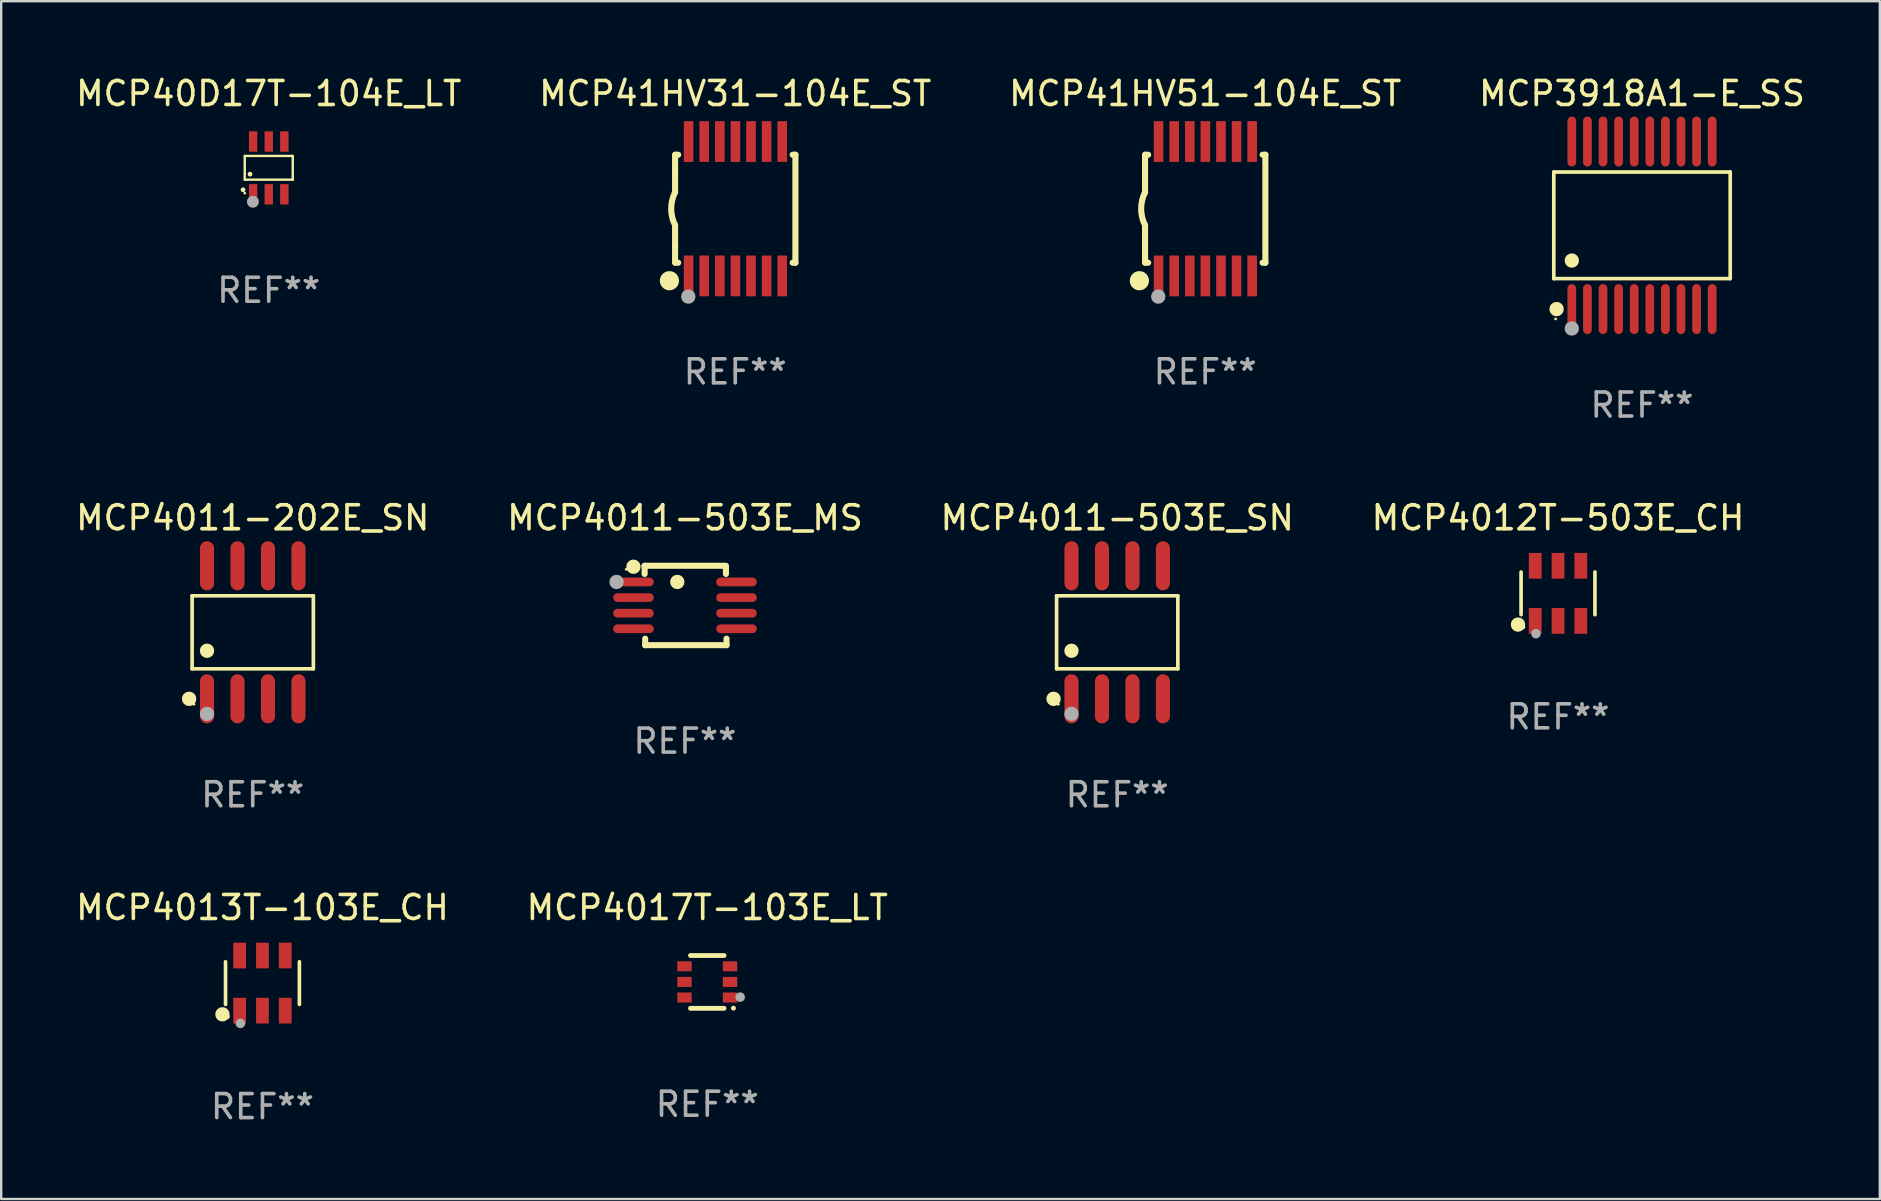
<source format=kicad_pcb>
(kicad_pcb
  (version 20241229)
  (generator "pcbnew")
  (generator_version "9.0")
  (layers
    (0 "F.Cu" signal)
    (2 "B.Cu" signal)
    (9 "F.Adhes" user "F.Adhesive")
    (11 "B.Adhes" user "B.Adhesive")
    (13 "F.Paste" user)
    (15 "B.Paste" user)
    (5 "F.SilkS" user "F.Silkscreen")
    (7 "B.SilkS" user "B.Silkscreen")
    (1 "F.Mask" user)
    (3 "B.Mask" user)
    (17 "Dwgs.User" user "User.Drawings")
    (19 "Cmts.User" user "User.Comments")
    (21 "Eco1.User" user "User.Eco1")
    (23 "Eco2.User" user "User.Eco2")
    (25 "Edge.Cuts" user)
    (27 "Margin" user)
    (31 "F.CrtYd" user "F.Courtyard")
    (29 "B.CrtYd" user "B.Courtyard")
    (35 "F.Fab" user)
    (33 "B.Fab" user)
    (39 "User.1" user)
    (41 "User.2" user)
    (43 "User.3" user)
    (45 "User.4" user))
  (footprint "MCP4011-202E_SN"
    (layer "F.Cu")
    (at 7.482 23.299)
    (property "Reference" "MCP4011-202E_SN" (at 0 -4.772 0) (layer "F.SilkS") (effects (font (size 1 1) (thickness 0.15))))
    (attr through_hole)
    (fp_line (start -2.526 -1.521) (end 2.526 -1.521) (stroke (width 0.152) (type solid)) (layer "F.SilkS"))
    (fp_line (start -2.526 1.521) (end -2.526 -1.521) (stroke (width 0.152) (type solid)) (layer "F.SilkS"))
    (fp_line (start 2.526 -1.521) (end 2.526 1.521) (stroke (width 0.152) (type solid)) (layer "F.SilkS"))
    (fp_line (start 2.526 1.521) (end -2.526 1.521) (stroke (width 0.152) (type solid)) (layer "F.SilkS"))
    (fp_circle (center -2.652 2.772) (end -2.501 2.772) (stroke (width 0.3) (type solid)) (fill no) (layer "F.SilkS"))
    (fp_circle (center -2.45 3) (end -2.42 3) (stroke (width 0.06) (type solid)) (fill no) (layer "F.SilkS"))
    (fp_circle (center -1.905 0.769) (end -1.755 0.769) (stroke (width 0.3) (type solid)) (fill no) (layer "F.SilkS"))
    (fp_circle (center -1.905 3.4) (end -1.755 3.4) (stroke (width 0.3) (type solid)) (fill no) (layer "F.Fab"))
    (fp_text user "REF**" (at 0 6.772 0) (layer "F.Fab") (effects (font (size 1 1) (thickness 0.15))))
    (pad "1" smd oval (at -1.905 2.772) (size 0.588 2.045) (layers "F.Cu" "F.Mask" "F.Paste"))
    (pad "2" smd oval (at -0.635 2.772) (size 0.588 2.045) (layers "F.Cu" "F.Mask" "F.Paste"))
    (pad "3" smd oval (at 0.635 2.772) (size 0.588 2.045) (layers "F.Cu" "F.Mask" "F.Paste"))
    (pad "4" smd oval (at 1.905 2.772) (size 0.588 2.045) (layers "F.Cu" "F.Mask" "F.Paste"))
    (pad "5" smd oval (at 1.905 -2.772) (size 0.588 2.045) (layers "F.Cu" "F.Mask" "F.Paste"))
    (pad "6" smd oval (at 0.635 -2.772) (size 0.588 2.045) (layers "F.Cu" "F.Mask" "F.Paste"))
    (pad "7" smd oval (at -0.635 -2.772) (size 0.588 2.045) (layers "F.Cu" "F.Mask" "F.Paste"))
    (pad "8" smd oval (at -1.905 -2.772) (size 0.588 2.045) (layers "F.Cu" "F.Mask" "F.Paste")))
  (footprint "MCP41HV51-104E_ST"
    (layer "F.Cu")
    (at 47.173 5.648)
    (property "Reference" "MCP41HV51-104E_ST" (at 0 -4.8 0) (layer "F.SilkS") (effects (font (size 1 1) (thickness 0.15))))
    (attr through_hole)
    (fp_line (start -2.507 -1.6) (end -2.507 -2.25) (stroke (width 0.254) (type solid)) (layer "F.SilkS"))
    (fp_line (start -2.507 -0.686) (end -2.507 -1.6) (stroke (width 0.254) (type solid)) (layer "F.SilkS"))
    (fp_line (start -2.507 1.6) (end -2.507 0.686) (stroke (width 0.254) (type solid)) (layer "F.SilkS"))
    (fp_line (start -2.507 1.6) (end -2.507 2.25) (stroke (width 0.254) (type solid)) (layer "F.SilkS"))
    (fp_line (start -2.493 -2.25) (end -2.377 -2.25) (stroke (width 0.254) (type solid)) (layer "F.SilkS"))
    (fp_line (start -2.377 2.25) (end -2.493 2.25) (stroke (width 0.254) (type solid)) (layer "F.SilkS"))
    (fp_line (start 2.392 -2.25) (end 2.507 -2.25) (stroke (width 0.254) (type solid)) (layer "F.SilkS"))
    (fp_line (start 2.507 -2.25) (end 2.507 2.25) (stroke (width 0.254) (type solid)) (layer "F.SilkS"))
    (fp_line (start 2.507 2.25) (end 2.392 2.25) (stroke (width 0.254) (type solid)) (layer "F.SilkS"))
    (fp_arc (start -2.507303 0.685802) (mid -2.669199 0) (end -2.507303 -0.685801) (stroke (width 0.254001) (type solid)) (layer "F.SilkS"))
    (fp_circle (center -2.743 3) (end -2.543 3) (stroke (width 0.4) (type solid)) (fill no) (layer "F.SilkS"))
    (fp_circle (center -2.493 3.2) (end -2.463 3.2) (stroke (width 0.06) (type solid)) (fill no) (layer "F.SilkS"))
    (fp_circle (center -1.957 3.662) (end -1.807 3.662) (stroke (width 0.3) (type solid)) (fill no) (layer "F.Fab"))
    (fp_text user "REF**" (at 0 6.8 0) (layer "F.Fab") (effects (font (size 1 1) (thickness 0.15))))
    (pad "1" smd rect (at -1.943 2.8) (size 0.4 1.7) (layers "F.Cu" "F.Mask" "F.Paste"))
    (pad "2" smd rect (at -1.293 2.8) (size 0.4 1.7) (layers "F.Cu" "F.Mask" "F.Paste"))
    (pad "3" smd rect (at -0.643 2.8) (size 0.4 1.7) (layers "F.Cu" "F.Mask" "F.Paste"))
    (pad "4" smd rect (at 0.007 2.8) (size 0.4 1.7) (layers "F.Cu" "F.Mask" "F.Paste"))
    (pad "5" smd rect (at 0.657 2.8) (size 0.4 1.7) (layers "F.Cu" "F.Mask" "F.Paste"))
    (pad "6" smd rect (at 1.307 2.8) (size 0.4 1.7) (layers "F.Cu" "F.Mask" "F.Paste"))
    (pad "7" smd rect (at 1.957 2.8) (size 0.4 1.7) (layers "F.Cu" "F.Mask" "F.Paste"))
    (pad "8" smd rect (at 1.957 -2.8) (size 0.4 1.7) (layers "F.Cu" "F.Mask" "F.Paste"))
    (pad "9" smd rect (at 1.307 -2.8) (size 0.4 1.7) (layers "F.Cu" "F.Mask" "F.Paste"))
    (pad "10" smd rect (at 0.657 -2.8) (size 0.4 1.7) (layers "F.Cu" "F.Mask" "F.Paste"))
    (pad "11" smd rect (at 0.007 -2.8) (size 0.4 1.7) (layers "F.Cu" "F.Mask" "F.Paste"))
    (pad "12" smd rect (at -0.643 -2.8) (size 0.4 1.7) (layers "F.Cu" "F.Mask" "F.Paste"))
    (pad "13" smd rect (at -1.293 -2.8) (size 0.4 1.7) (layers "F.Cu" "F.Mask" "F.Paste"))
    (pad "14" smd rect (at -1.943 -2.8) (size 0.4 1.7) (layers "F.Cu" "F.Mask" "F.Paste")))
  (footprint "MCP41HV31-104E_ST"
    (layer "F.Cu")
    (at 27.589 5.648)
    (property "Reference" "MCP41HV31-104E_ST" (at 0 -4.8 0) (layer "F.SilkS") (effects (font (size 1 1) (thickness 0.15))))
    (attr through_hole)
    (fp_line (start -2.507 -1.6) (end -2.507 -2.25) (stroke (width 0.254) (type solid)) (layer "F.SilkS"))
    (fp_line (start -2.507 -0.686) (end -2.507 -1.6) (stroke (width 0.254) (type solid)) (layer "F.SilkS"))
    (fp_line (start -2.507 1.6) (end -2.507 0.686) (stroke (width 0.254) (type solid)) (layer "F.SilkS"))
    (fp_line (start -2.507 1.6) (end -2.507 2.25) (stroke (width 0.254) (type solid)) (layer "F.SilkS"))
    (fp_line (start -2.493 -2.25) (end -2.377 -2.25) (stroke (width 0.254) (type solid)) (layer "F.SilkS"))
    (fp_line (start -2.377 2.25) (end -2.493 2.25) (stroke (width 0.254) (type solid)) (layer "F.SilkS"))
    (fp_line (start 2.392 -2.25) (end 2.507 -2.25) (stroke (width 0.254) (type solid)) (layer "F.SilkS"))
    (fp_line (start 2.507 -2.25) (end 2.507 2.25) (stroke (width 0.254) (type solid)) (layer "F.SilkS"))
    (fp_line (start 2.507 2.25) (end 2.392 2.25) (stroke (width 0.254) (type solid)) (layer "F.SilkS"))
    (fp_arc (start -2.507303 0.685802) (mid -2.669199 0) (end -2.507303 -0.685801) (stroke (width 0.254001) (type solid)) (layer "F.SilkS"))
    (fp_circle (center -2.743 3) (end -2.543 3) (stroke (width 0.4) (type solid)) (fill no) (layer "F.SilkS"))
    (fp_circle (center -2.493 3.2) (end -2.463 3.2) (stroke (width 0.06) (type solid)) (fill no) (layer "F.SilkS"))
    (fp_circle (center -1.957 3.662) (end -1.807 3.662) (stroke (width 0.3) (type solid)) (fill no) (layer "F.Fab"))
    (fp_text user "REF**" (at 0 6.8 0) (layer "F.Fab") (effects (font (size 1 1) (thickness 0.15))))
    (pad "1" smd rect (at -1.943 2.8) (size 0.4 1.7) (layers "F.Cu" "F.Mask" "F.Paste"))
    (pad "2" smd rect (at -1.293 2.8) (size 0.4 1.7) (layers "F.Cu" "F.Mask" "F.Paste"))
    (pad "3" smd rect (at -0.643 2.8) (size 0.4 1.7) (layers "F.Cu" "F.Mask" "F.Paste"))
    (pad "4" smd rect (at 0.007 2.8) (size 0.4 1.7) (layers "F.Cu" "F.Mask" "F.Paste"))
    (pad "5" smd rect (at 0.657 2.8) (size 0.4 1.7) (layers "F.Cu" "F.Mask" "F.Paste"))
    (pad "6" smd rect (at 1.307 2.8) (size 0.4 1.7) (layers "F.Cu" "F.Mask" "F.Paste"))
    (pad "7" smd rect (at 1.957 2.8) (size 0.4 1.7) (layers "F.Cu" "F.Mask" "F.Paste"))
    (pad "8" smd rect (at 1.957 -2.8) (size 0.4 1.7) (layers "F.Cu" "F.Mask" "F.Paste"))
    (pad "9" smd rect (at 1.307 -2.8) (size 0.4 1.7) (layers "F.Cu" "F.Mask" "F.Paste"))
    (pad "10" smd rect (at 0.657 -2.8) (size 0.4 1.7) (layers "F.Cu" "F.Mask" "F.Paste"))
    (pad "11" smd rect (at 0.007 -2.8) (size 0.4 1.7) (layers "F.Cu" "F.Mask" "F.Paste"))
    (pad "12" smd rect (at -0.643 -2.8) (size 0.4 1.7) (layers "F.Cu" "F.Mask" "F.Paste"))
    (pad "13" smd rect (at -1.293 -2.8) (size 0.4 1.7) (layers "F.Cu" "F.Mask" "F.Paste"))
    (pad "14" smd rect (at -1.943 -2.8) (size 0.4 1.7) (layers "F.Cu" "F.Mask" "F.Paste")))
  (footprint "MCP3918A1-E_SS"
    (layer "F.Cu")
    (at 65.375 6.339)
    (property "Reference" "MCP3918A1-E_SS" (at 0 -5.491 0) (layer "F.SilkS") (effects (font (size 1 1) (thickness 0.15))))
    (attr through_hole)
    (fp_line (start -3.676 -2.221) (end 3.676 -2.221) (stroke (width 0.152) (type solid)) (layer "F.SilkS"))
    (fp_line (start -3.676 2.221) (end -3.676 -2.221) (stroke (width 0.152) (type solid)) (layer "F.SilkS"))
    (fp_line (start 3.676 -2.221) (end 3.676 2.221) (stroke (width 0.152) (type solid)) (layer "F.SilkS"))
    (fp_line (start 3.676 2.221) (end -3.676 2.221) (stroke (width 0.152) (type solid)) (layer "F.SilkS"))
    (fp_circle (center -3.6 3.9) (end -3.57 3.9) (stroke (width 0.06) (type solid)) (fill no) (layer "F.SilkS"))
    (fp_circle (center -3.559 3.491) (end -3.409 3.491) (stroke (width 0.3) (type solid)) (fill no) (layer "F.SilkS"))
    (fp_circle (center -2.925 1.469) (end -2.775 1.469) (stroke (width 0.3) (type solid)) (fill no) (layer "F.SilkS"))
    (fp_circle (center -2.925 4.3) (end -2.775 4.3) (stroke (width 0.3) (type solid)) (fill no) (layer "F.Fab"))
    (fp_text user "REF**" (at 0 7.491 0) (layer "F.Fab") (effects (font (size 1 1) (thickness 0.15))))
    (pad "1" smd oval (at -2.925 3.491) (size 0.364 2.082) (layers "F.Cu" "F.Mask" "F.Paste"))
    (pad "2" smd oval (at -2.275 3.491) (size 0.364 2.082) (layers "F.Cu" "F.Mask" "F.Paste"))
    (pad "3" smd oval (at -1.625 3.491) (size 0.364 2.082) (layers "F.Cu" "F.Mask" "F.Paste"))
    (pad "4" smd oval (at -0.975 3.491) (size 0.364 2.082) (layers "F.Cu" "F.Mask" "F.Paste"))
    (pad "5" smd oval (at -0.325 3.491) (size 0.364 2.082) (layers "F.Cu" "F.Mask" "F.Paste"))
    (pad "6" smd oval (at 0.325 3.491) (size 0.364 2.082) (layers "F.Cu" "F.Mask" "F.Paste"))
    (pad "7" smd oval (at 0.975 3.491) (size 0.364 2.082) (layers "F.Cu" "F.Mask" "F.Paste"))
    (pad "8" smd oval (at 1.625 3.491) (size 0.364 2.082) (layers "F.Cu" "F.Mask" "F.Paste"))
    (pad "9" smd oval (at 2.275 3.491) (size 0.364 2.082) (layers "F.Cu" "F.Mask" "F.Paste"))
    (pad "10" smd oval (at 2.925 3.491) (size 0.364 2.082) (layers "F.Cu" "F.Mask" "F.Paste"))
    (pad "11" smd oval (at 2.925 -3.491) (size 0.364 2.082) (layers "F.Cu" "F.Mask" "F.Paste"))
    (pad "12" smd oval (at 2.275 -3.491) (size 0.364 2.082) (layers "F.Cu" "F.Mask" "F.Paste"))
    (pad "13" smd oval (at 1.625 -3.491) (size 0.364 2.082) (layers "F.Cu" "F.Mask" "F.Paste"))
    (pad "14" smd oval (at 0.975 -3.491) (size 0.364 2.082) (layers "F.Cu" "F.Mask" "F.Paste"))
    (pad "15" smd oval (at 0.325 -3.491) (size 0.364 2.082) (layers "F.Cu" "F.Mask" "F.Paste"))
    (pad "16" smd oval (at -0.325 -3.491) (size 0.364 2.082) (layers "F.Cu" "F.Mask" "F.Paste"))
    (pad "17" smd oval (at -0.975 -3.491) (size 0.364 2.082) (layers "F.Cu" "F.Mask" "F.Paste"))
    (pad "18" smd oval (at -1.625 -3.491) (size 0.364 2.082) (layers "F.Cu" "F.Mask" "F.Paste"))
    (pad "19" smd oval (at -2.275 -3.491) (size 0.364 2.082) (layers "F.Cu" "F.Mask" "F.Paste"))
    (pad "20" smd oval (at -2.925 -3.491) (size 0.364 2.082) (layers "F.Cu" "F.Mask" "F.Paste")))
  (footprint "MCP4013T-103E_CH"
    (layer "F.Cu")
    (at 7.887 37.917)
    (property "Reference" "MCP4013T-103E_CH" (at 0 -3.149 0) (layer "F.SilkS") (effects (font (size 1 1) (thickness 0.15))))
    (attr through_hole)
    (fp_line (start -1.539 0.889) (end -1.539 -0.889) (stroke (width 0.152) (type solid)) (layer "F.SilkS"))
    (fp_line (start 1.539 0.889) (end 1.539 -0.889) (stroke (width 0.152) (type solid)) (layer "F.SilkS"))
    (fp_circle (center -1.668 1.301) (end -1.518 1.301) (stroke (width 0.3) (type solid)) (fill no) (layer "F.SilkS"))
    (fp_circle (center -1.463 1.4) (end -1.413 1.4) (stroke (width 0.1) (type solid)) (fill no) (layer "F.SilkS"))
    (fp_circle (center -0.92 1.68) (end -0.82 1.68) (stroke (width 0.2) (type solid)) (fill no) (layer "F.Fab"))
    (fp_text user "REF**" (at 0 5.149 0) (layer "F.Fab") (effects (font (size 1 1) (thickness 0.15))))
    (pad "1" smd rect (at -0.95 1.149) (size 0.532 1.072) (layers "F.Cu" "F.Mask" "F.Paste"))
    (pad "2" smd rect (at 0 1.149) (size 0.532 1.072) (layers "F.Cu" "F.Mask" "F.Paste"))
    (pad "3" smd rect (at 0.95 1.149) (size 0.532 1.072) (layers "F.Cu" "F.Mask" "F.Paste"))
    (pad "4" smd rect (at 0.95 -1.149) (size 0.532 1.072) (layers "F.Cu" "F.Mask" "F.Paste"))
    (pad "5" smd rect (at 0 -1.149) (size 0.532 1.072) (layers "F.Cu" "F.Mask" "F.Paste"))
    (pad "6" smd rect (at -0.95 -1.149) (size 0.532 1.072) (layers "F.Cu" "F.Mask" "F.Paste")))
  (footprint "MCP4011-503E_SN"
    (layer "F.Cu")
    (at 43.506 23.299)
    (property "Reference" "MCP4011-503E_SN" (at 0 -4.772 0) (layer "F.SilkS") (effects (font (size 1 1) (thickness 0.15))))
    (attr through_hole)
    (fp_line (start -2.526 -1.521) (end 2.526 -1.521) (stroke (width 0.152) (type solid)) (layer "F.SilkS"))
    (fp_line (start -2.526 1.521) (end -2.526 -1.521) (stroke (width 0.152) (type solid)) (layer "F.SilkS"))
    (fp_line (start 2.526 -1.521) (end 2.526 1.521) (stroke (width 0.152) (type solid)) (layer "F.SilkS"))
    (fp_line (start 2.526 1.521) (end -2.526 1.521) (stroke (width 0.152) (type solid)) (layer "F.SilkS"))
    (fp_circle (center -2.652 2.772) (end -2.501 2.772) (stroke (width 0.3) (type solid)) (fill no) (layer "F.SilkS"))
    (fp_circle (center -2.45 3) (end -2.42 3) (stroke (width 0.06) (type solid)) (fill no) (layer "F.SilkS"))
    (fp_circle (center -1.905 0.769) (end -1.755 0.769) (stroke (width 0.3) (type solid)) (fill no) (layer "F.SilkS"))
    (fp_circle (center -1.905 3.4) (end -1.755 3.4) (stroke (width 0.3) (type solid)) (fill no) (layer "F.Fab"))
    (fp_text user "REF**" (at 0 6.772 0) (layer "F.Fab") (effects (font (size 1 1) (thickness 0.15))))
    (pad "1" smd oval (at -1.905 2.772) (size 0.588 2.045) (layers "F.Cu" "F.Mask" "F.Paste"))
    (pad "2" smd oval (at -0.635 2.772) (size 0.588 2.045) (layers "F.Cu" "F.Mask" "F.Paste"))
    (pad "3" smd oval (at 0.635 2.772) (size 0.588 2.045) (layers "F.Cu" "F.Mask" "F.Paste"))
    (pad "4" smd oval (at 1.905 2.772) (size 0.588 2.045) (layers "F.Cu" "F.Mask" "F.Paste"))
    (pad "5" smd oval (at 1.905 -2.772) (size 0.588 2.045) (layers "F.Cu" "F.Mask" "F.Paste"))
    (pad "6" smd oval (at 0.635 -2.772) (size 0.588 2.045) (layers "F.Cu" "F.Mask" "F.Paste"))
    (pad "7" smd oval (at -0.635 -2.772) (size 0.588 2.045) (layers "F.Cu" "F.Mask" "F.Paste"))
    (pad "8" smd oval (at -1.905 -2.772) (size 0.588 2.045) (layers "F.Cu" "F.Mask" "F.Paste")))
  (footprint "MCP40D17T-104E_LT"
    (layer "F.Cu")
    (at 8.149 3.948)
    (property "Reference" "MCP40D17T-104E_LT" (at 0 -3.1 0) (layer "F.SilkS") (effects (font (size 1 1) (thickness 0.15))))
    (attr through_hole)
    (fp_line (start -1 -0.5) (end -1 0.49) (stroke (width 0.1) (type solid)) (layer "F.SilkS"))
    (fp_line (start -1 0.49) (end 1 0.49) (stroke (width 0.1) (type solid)) (layer "F.SilkS"))
    (fp_line (start 0.99 -0.5) (end -1 -0.5) (stroke (width 0.1) (type solid)) (layer "F.SilkS"))
    (fp_line (start 1 -0.49) (end 0.99 -0.5) (stroke (width 0.1) (type solid)) (layer "F.SilkS"))
    (fp_line (start 1 0.49) (end 1 -0.49) (stroke (width 0.1) (type solid)) (layer "F.SilkS"))
    (fp_circle (center -1.07 0.91) (end -1.02 0.91) (stroke (width 0.1) (type solid)) (fill no) (layer "F.SilkS"))
    (fp_circle (center -1 1.05) (end -0.97 1.05) (stroke (width 0.06) (type solid)) (fill no) (layer "F.SilkS"))
    (fp_circle (center -0.78 0.26) (end -0.73 0.26) (stroke (width 0.1) (type solid)) (fill no) (layer "F.SilkS"))
    (fp_circle (center -0.66 1.41) (end -0.535 1.41) (stroke (width 0.25) (type solid)) (fill no) (layer "F.Fab"))
    (fp_text user "REF**" (at 0 5.1 0) (layer "F.Fab") (effects (font (size 1 1) (thickness 0.15))))
    (pad "1" smd rect (at -0.65 1.1) (size 0.35 0.85) (layers "F.Cu" "F.Mask" "F.Paste"))
    (pad "2" smd rect (at 0 1.1) (size 0.35 0.85) (layers "F.Cu" "F.Mask" "F.Paste"))
    (pad "3" smd rect (at 0.65 1.1) (size 0.35 0.85) (layers "F.Cu" "F.Mask" "F.Paste"))
    (pad "4" smd rect (at 0.65 -1.1) (size 0.35 0.85) (layers "F.Cu" "F.Mask" "F.Paste"))
    (pad "5" smd rect (at 0 -1.1) (size 0.35 0.85) (layers "F.Cu" "F.Mask" "F.Paste"))
    (pad "6" smd rect (at -0.65 -1.1) (size 0.35 0.85) (layers "F.Cu" "F.Mask" "F.Paste")))
  (footprint "MCP4012T-503E_CH"
    (layer "F.Cu")
    (at 61.875 21.676)
    (property "Reference" "MCP4012T-503E_CH" (at 0 -3.149 0) (layer "F.SilkS") (effects (font (size 1 1) (thickness 0.15))))
    (attr through_hole)
    (fp_line (start -1.539 0.889) (end -1.539 -0.889) (stroke (width 0.152) (type solid)) (layer "F.SilkS"))
    (fp_line (start 1.539 0.889) (end 1.539 -0.889) (stroke (width 0.152) (type solid)) (layer "F.SilkS"))
    (fp_circle (center -1.668 1.301) (end -1.518 1.301) (stroke (width 0.3) (type solid)) (fill no) (layer "F.SilkS"))
    (fp_circle (center -1.463 1.4) (end -1.413 1.4) (stroke (width 0.1) (type solid)) (fill no) (layer "F.SilkS"))
    (fp_circle (center -0.92 1.68) (end -0.82 1.68) (stroke (width 0.2) (type solid)) (fill no) (layer "F.Fab"))
    (fp_text user "REF**" (at 0 5.149 0) (layer "F.Fab") (effects (font (size 1 1) (thickness 0.15))))
    (pad "1" smd rect (at -0.95 1.149) (size 0.532 1.072) (layers "F.Cu" "F.Mask" "F.Paste"))
    (pad "2" smd rect (at 0 1.149) (size 0.532 1.072) (layers "F.Cu" "F.Mask" "F.Paste"))
    (pad "3" smd rect (at 0.95 1.149) (size 0.532 1.072) (layers "F.Cu" "F.Mask" "F.Paste"))
    (pad "4" smd rect (at 0.95 -1.149) (size 0.532 1.072) (layers "F.Cu" "F.Mask" "F.Paste"))
    (pad "5" smd rect (at 0 -1.149) (size 0.532 1.072) (layers "F.Cu" "F.Mask" "F.Paste"))
    (pad "6" smd rect (at -0.95 -1.149) (size 0.532 1.072) (layers "F.Cu" "F.Mask" "F.Paste")))
  (footprint "MCP4011-503E_MS"
    (layer "F.Cu")
    (at 25.494 22.181)
    (property "Reference" "MCP4011-503E_MS" (at 0 -3.654 0) (layer "F.SilkS") (effects (font (size 1 1) (thickness 0.15))))
    (attr through_hole)
    (fp_line (start -1.682 -1.648) (end -1.682 -1.313) (stroke (width 0.254) (type solid)) (layer "F.SilkS"))
    (fp_line (start -1.676 -1.654) (end -1.682 -1.648) (stroke (width 0.254) (type solid)) (layer "F.SilkS"))
    (fp_line (start -1.658 1.384) (end -1.658 1.654) (stroke (width 0.254) (type solid)) (layer "F.SilkS"))
    (fp_line (start -1.658 1.654) (end 1.731 1.654) (stroke (width 0.254) (type solid)) (layer "F.SilkS"))
    (fp_line (start 1.7 -1.654) (end -1.676 -1.654) (stroke (width 0.254) (type solid)) (layer "F.SilkS"))
    (fp_line (start 1.707 -1.621) (end 1.687 -1.641) (stroke (width 0.254) (type solid)) (layer "F.SilkS"))
    (fp_line (start 1.707 -1.313) (end 1.707 -1.621) (stroke (width 0.254) (type solid)) (layer "F.SilkS"))
    (fp_line (start 1.731 1.654) (end 1.731 1.384) (stroke (width 0.254) (type solid)) (layer "F.SilkS"))
    (fp_circle (center -2.45 -1.504) (end -2.42 -1.504) (stroke (width 0.06) (type solid)) (fill no) (layer "F.SilkS"))
    (fp_circle (center -2.147 -1.614) (end -1.997 -1.614) (stroke (width 0.3) (type solid)) (fill no) (layer "F.SilkS"))
    (fp_circle (center -0.32 -0.98) (end -0.17 -0.98) (stroke (width 0.3) (type solid)) (fill no) (layer "F.SilkS"))
    (fp_circle (center -2.851 -0.98) (end -2.701 -0.98) (stroke (width 0.3) (type solid)) (fill no) (layer "F.Fab"))
    (fp_text user "REF**" (at 0 5.654 0) (layer "F.Fab") (effects (font (size 1 1) (thickness 0.15))))
    (pad "1" smd oval (at -2.146 -0.98) (size 1.692 0.364) (layers "F.Cu" "F.Mask" "F.Paste"))
    (pad "2" smd oval (at -2.146 -0.329) (size 1.692 0.364) (layers "F.Cu" "F.Mask" "F.Paste"))
    (pad "3" smd oval (at -2.146 0.321) (size 1.692 0.364) (layers "F.Cu" "F.Mask" "F.Paste"))
    (pad "4" smd oval (at -2.146 0.971) (size 1.692 0.364) (layers "F.Cu" "F.Mask" "F.Paste"))
    (pad "5" smd oval (at 2.146 0.971) (size 1.692 0.364) (layers "F.Cu" "F.Mask" "F.Paste"))
    (pad "6" smd oval (at 2.146 0.321) (size 1.692 0.364) (layers "F.Cu" "F.Mask" "F.Paste"))
    (pad "7" smd oval (at 2.146 -0.329) (size 1.692 0.364) (layers "F.Cu" "F.Mask" "F.Paste"))
    (pad "8" smd oval (at 2.146 -0.98) (size 1.692 0.364) (layers "F.Cu" "F.Mask" "F.Paste")))
  (footprint "MCP4017T-103E_LT"
    (layer "F.Cu")
    (at 26.423 37.868)
    (property "Reference" "MCP4017T-103E_LT" (at 0 -3.1 0) (layer "F.SilkS") (effects (font (size 1 1) (thickness 0.15))))
    (attr through_hole)
    (fp_line (start -0.7 -1.1) (end 0.7 -1.1) (stroke (width 0.2) (type solid)) (layer "F.SilkS"))
    (fp_line (start -0.7 1.1) (end 0.7 1.1) (stroke (width 0.2) (type solid)) (layer "F.SilkS"))
    (fp_arc (start 1.090932 1.094209) (mid 1.092202 1.094203) (end 1.093472 1.094209) (stroke (width 0.2) (type solid)) (layer "F.SilkS"))
    (fp_circle (center 1.053 1.1) (end 1.083 1.1) (stroke (width 0.06) (type solid)) (fill no) (layer "F.SilkS"))
    (fp_circle (center 1.372 0.635) (end 1.472 0.635) (stroke (width 0.2) (type solid)) (fill no) (layer "F.Fab"))
    (fp_text user "REF**" (at 0 5.1 0) (layer "F.Fab") (effects (font (size 1 1) (thickness 0.15))))
    (pad "1" smd rect (at 0.95 0.65 90) (size 0.42 0.6) (layers "F.Cu" "F.Mask" "F.Paste"))
    (pad "2" smd rect (at 0.95 0 90) (size 0.42 0.6) (layers "F.Cu" "F.Mask" "F.Paste"))
    (pad "3" smd rect (at 0.95 -0.65 90) (size 0.42 0.6) (layers "F.Cu" "F.Mask" "F.Paste"))
    (pad "4" smd rect (at -0.95 -0.65 270) (size 0.42 0.6) (layers "F.Cu" "F.Mask" "F.Paste"))
    (pad "5" smd rect (at -0.95 0 270) (size 0.42 0.6) (layers "F.Cu" "F.Mask" "F.Paste"))
    (pad "6" smd rect (at -0.95 0.65 270) (size 0.42 0.6) (layers "F.Cu" "F.Mask" "F.Paste")))
  (gr_rect
    (start -3 -3)
    (end 75.286 46.914)
    (stroke (width 0.1) (type default))
    (fill no)
    (layer "Edge.Cuts")))
</source>
